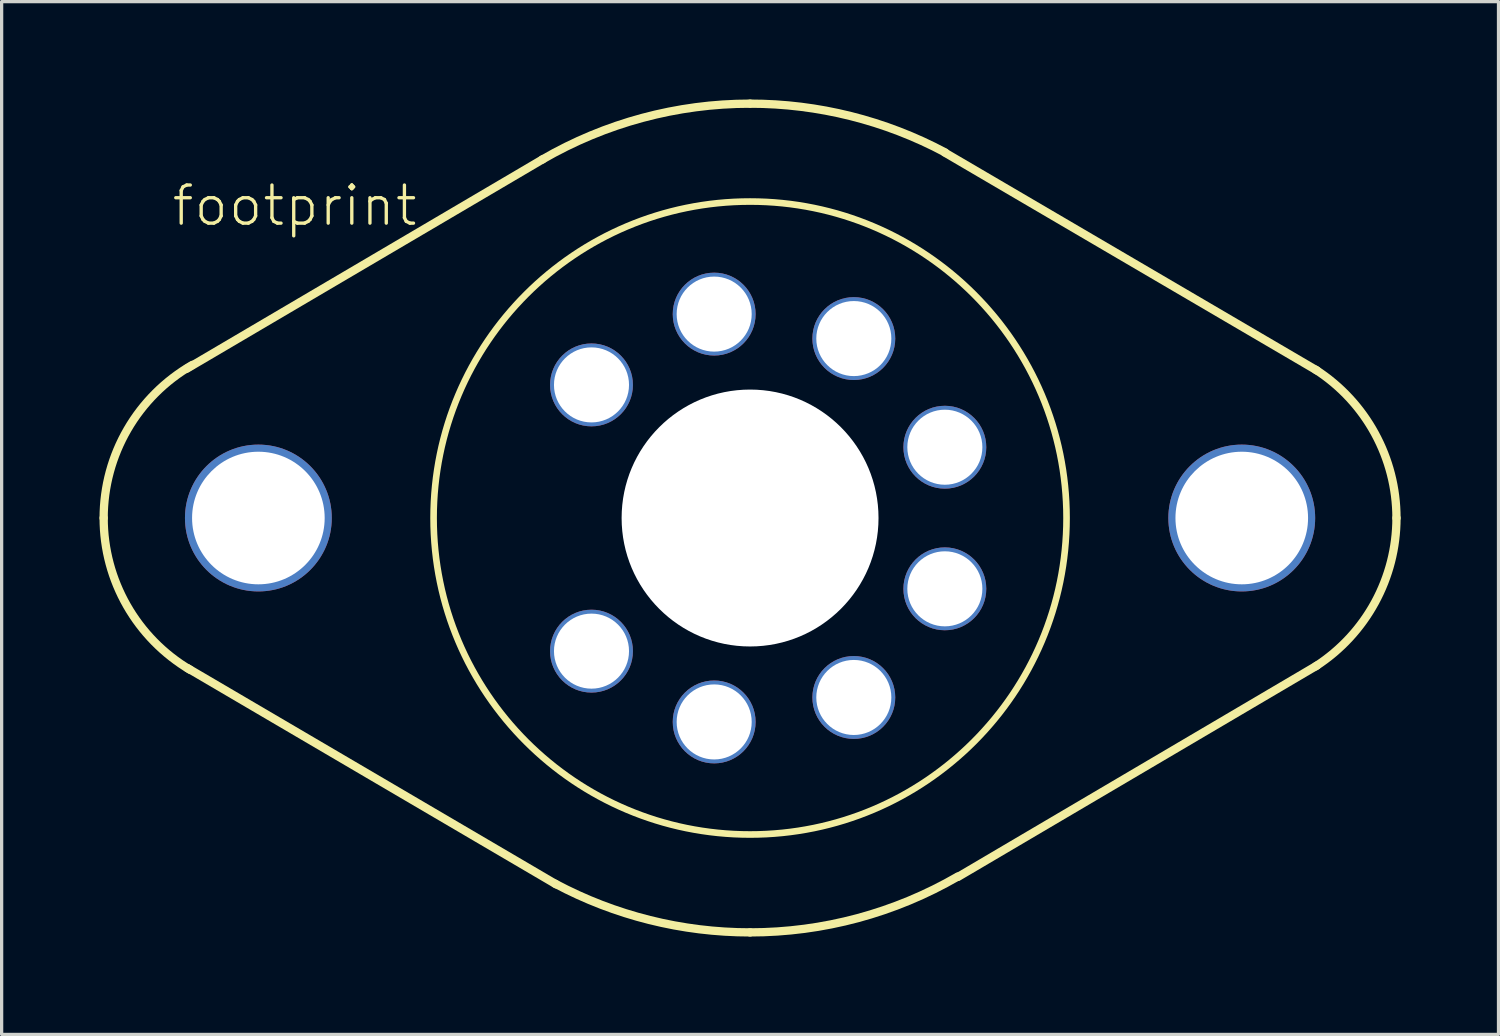
<source format=kicad_pcb>
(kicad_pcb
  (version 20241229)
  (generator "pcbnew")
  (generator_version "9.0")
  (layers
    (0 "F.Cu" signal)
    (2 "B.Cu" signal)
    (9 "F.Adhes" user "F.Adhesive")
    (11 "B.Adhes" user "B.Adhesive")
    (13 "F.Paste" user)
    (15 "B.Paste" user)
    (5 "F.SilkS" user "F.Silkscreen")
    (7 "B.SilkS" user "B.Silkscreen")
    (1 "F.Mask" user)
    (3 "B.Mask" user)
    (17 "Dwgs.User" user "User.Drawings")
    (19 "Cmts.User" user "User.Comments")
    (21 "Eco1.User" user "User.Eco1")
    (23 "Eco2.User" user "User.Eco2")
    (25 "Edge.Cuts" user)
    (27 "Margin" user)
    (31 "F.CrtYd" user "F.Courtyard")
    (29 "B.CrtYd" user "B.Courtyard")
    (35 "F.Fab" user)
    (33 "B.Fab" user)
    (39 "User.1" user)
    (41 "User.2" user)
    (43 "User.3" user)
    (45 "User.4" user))
  (footprint "footprint"
    (layer "F.Cu")
    (at 19.939 12.827)
    (property "Reference" "footprint" (at -17.78 -8.89 0) (layer "F.SilkS") (effects (font (size 1.168 1.168) (thickness 0.102)) (justify left bottom)))
    (fp_line (start -6.35 -10.998) (end -17.272 -4.572) (stroke (width 0.254) (type solid)) (layer "F.SilkS"))
    (fp_line (start -5.944 11.227) (end -17.247 4.597) (stroke (width 0.254) (type solid)) (layer "F.SilkS"))
    (fp_line (start 5.969 -11.201) (end 17.374 -4.521) (stroke (width 0.254) (type solid)) (layer "F.SilkS"))
    (fp_line (start 6.375 10.998) (end 17.374 4.521) (stroke (width 0.254) (type solid)) (layer "F.SilkS"))
    (fp_arc (start -19.812 0) (mid -19.08306 -2.712168) (end -17.0927 -4.6935) (stroke (width 0.254) (type solid)) (layer "F.SilkS"))
    (fp_arc (start -17.155499 4.657) (mid -19.101186 2.680705) (end -19.812 0) (stroke (width 0.254) (type solid)) (layer "F.SilkS"))
    (fp_arc (start -6.3718 -10.9859) (mid -3.299165 -12.263989) (end 0 -12.7) (stroke (width 0.254) (type solid)) (layer "F.SilkS"))
    (fp_arc (start 0 -12.7) (mid 3.080216 -12.320819) (end 5.9765 -11.2059) (stroke (width 0.254) (type solid)) (layer "F.SilkS"))
    (fp_arc (start 0 12.7) (mid -3.080216 12.320819) (end -5.9765 11.2059) (stroke (width 0.254) (type solid)) (layer "F.SilkS"))
    (fp_arc (start 6.3718 10.9859) (mid 3.299165 12.263989) (end 0 12.7) (stroke (width 0.254) (type solid)) (layer "F.SilkS"))
    (fp_arc (start 17.3366 -4.545) (mid 19.153011 -2.58769) (end 19.811999 0.000001) (stroke (width 0.254) (type solid)) (layer "F.SilkS"))
    (fp_arc (start 19.811999 -0.000001) (mid 19.153011 2.58769) (end 17.3366 4.545) (stroke (width 0.254) (type solid)) (layer "F.SilkS"))
    (fp_circle (center 0 0) (end 9.7 0) (stroke (width 0.203) (type solid)) (fill no) (layer "F.SilkS"))
    (pad "" np_thru_hole circle (at 0 0) (size 7.874 7.874) (drill 7.874) (layers "*.Cu" "*.Mask"))
    (pad "1" thru_hole circle (at -4.86 4.08) (size 2.54 2.54) (drill 2.3) (layers "*.Cu" "*.Mask"))
    (pad "2" thru_hole circle (at -1.1 6.25) (size 2.54 2.54) (drill 2.3) (layers "*.Cu" "*.Mask"))
    (pad "3" thru_hole circle (at 3.18 5.5) (size 2.54 2.54) (drill 2.3) (layers "*.Cu" "*.Mask"))
    (pad "4" thru_hole circle (at 5.97 2.17) (size 2.54 2.54) (drill 2.3) (layers "*.Cu" "*.Mask"))
    (pad "5" thru_hole circle (at 5.97 -2.17) (size 2.54 2.54) (drill 2.3) (layers "*.Cu" "*.Mask"))
    (pad "6" thru_hole circle (at 3.18 -5.5) (size 2.54 2.54) (drill 2.3) (layers "*.Cu" "*.Mask"))
    (pad "7" thru_hole circle (at -1.1 -6.25) (size 2.54 2.54) (drill 2.3) (layers "*.Cu" "*.Mask"))
    (pad "8" thru_hole circle (at -4.86 -4.08) (size 2.54 2.54) (drill 2.3) (layers "*.Cu" "*.Mask"))
    (pad "G@1" thru_hole circle (at -15.07 0) (size 4.5 4.5) (drill 4.064) (layers "*.Cu" "*.Mask"))
    (pad "G@2" thru_hole circle (at 15.07 0) (size 4.5 4.5) (drill 4.064) (layers "*.Cu" "*.Mask")))
  (gr_rect
    (start -3 -3)
    (end 42.878 28.654)
    (stroke (width 0.1) (type default))
    (fill no)
    (layer "Edge.Cuts")))
</source>
